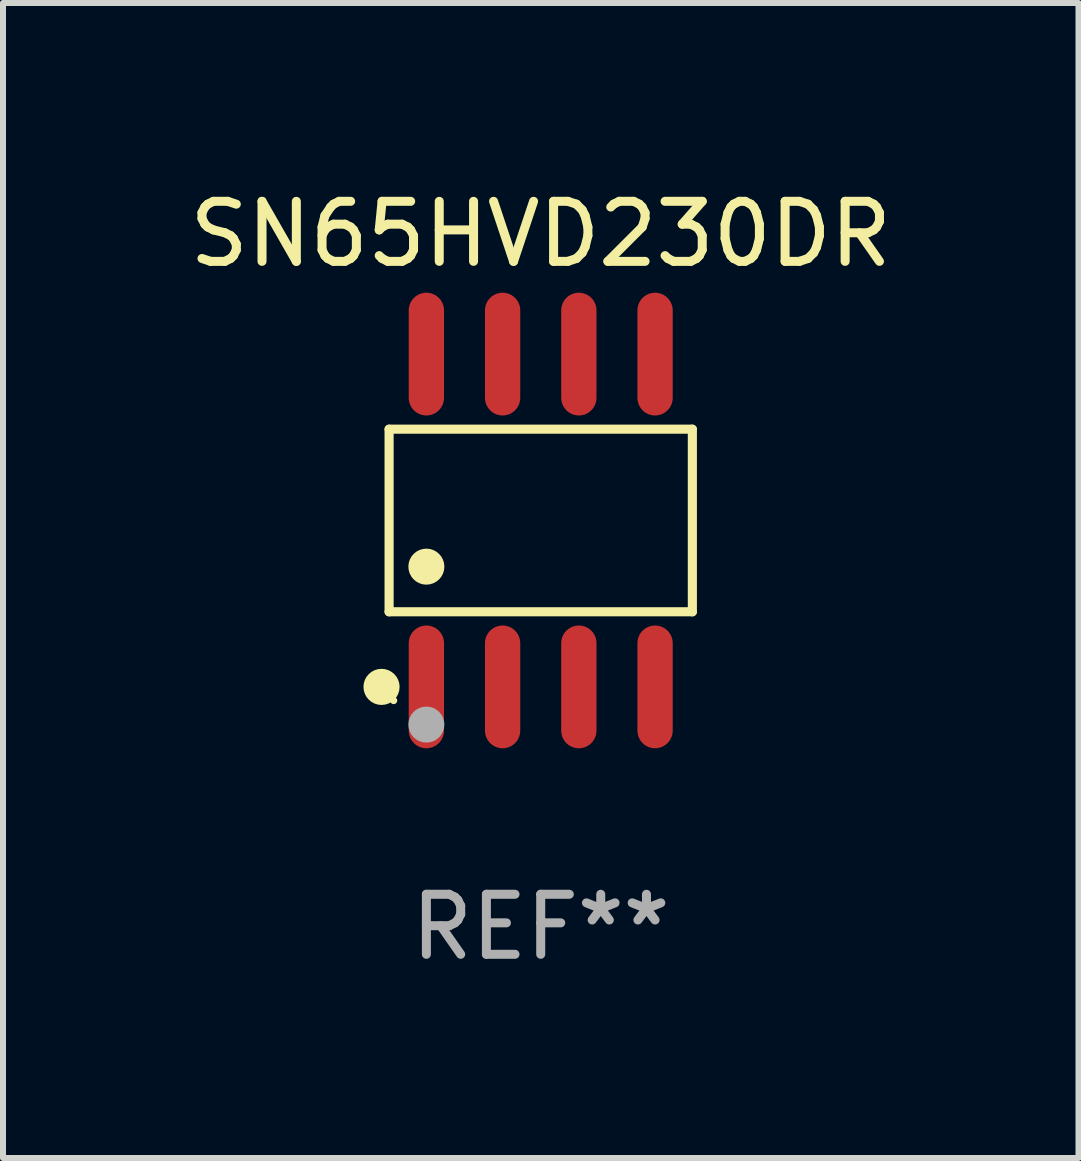
<source format=kicad_pcb>
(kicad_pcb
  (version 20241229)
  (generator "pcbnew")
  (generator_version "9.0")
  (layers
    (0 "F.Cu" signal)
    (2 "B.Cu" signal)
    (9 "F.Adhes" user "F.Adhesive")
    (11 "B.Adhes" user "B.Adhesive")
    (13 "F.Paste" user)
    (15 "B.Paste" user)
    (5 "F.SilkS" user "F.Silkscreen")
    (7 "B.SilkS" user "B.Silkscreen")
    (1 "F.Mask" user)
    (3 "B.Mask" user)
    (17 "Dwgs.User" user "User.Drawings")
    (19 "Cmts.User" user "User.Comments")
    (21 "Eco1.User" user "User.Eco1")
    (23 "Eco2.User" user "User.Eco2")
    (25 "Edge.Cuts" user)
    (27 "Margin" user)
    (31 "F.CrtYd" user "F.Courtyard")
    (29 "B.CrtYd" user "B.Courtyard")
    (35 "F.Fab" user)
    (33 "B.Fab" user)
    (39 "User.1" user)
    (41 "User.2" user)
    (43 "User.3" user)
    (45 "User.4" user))
  (footprint "SN65HVD230DR"
    (layer "F.Cu")
    (at 5.958 5.621)
    (property "Reference" "SN65HVD230DR" (at 0 -4.772 0) (layer "F.SilkS") (effects (font (size 1 1) (thickness 0.15))))
    (attr through_hole)
    (fp_line (start -2.526 -1.521) (end 2.526 -1.521) (stroke (width 0.152) (type solid)) (layer "F.SilkS"))
    (fp_line (start -2.526 1.521) (end -2.526 -1.521) (stroke (width 0.152) (type solid)) (layer "F.SilkS"))
    (fp_line (start 2.526 -1.521) (end 2.526 1.521) (stroke (width 0.152) (type solid)) (layer "F.SilkS"))
    (fp_line (start 2.526 1.521) (end -2.526 1.521) (stroke (width 0.152) (type solid)) (layer "F.SilkS"))
    (fp_circle (center -2.652 2.772) (end -2.501 2.772) (stroke (width 0.3) (type solid)) (fill no) (layer "F.SilkS"))
    (fp_circle (center -2.45 3) (end -2.42 3) (stroke (width 0.06) (type solid)) (fill no) (layer "F.SilkS"))
    (fp_circle (center -1.905 0.769) (end -1.755 0.769) (stroke (width 0.3) (type solid)) (fill no) (layer "F.SilkS"))
    (fp_circle (center -1.905 3.4) (end -1.755 3.4) (stroke (width 0.3) (type solid)) (fill no) (layer "F.Fab"))
    (fp_text user "REF**" (at 0 6.772 0) (layer "F.Fab") (effects (font (size 1 1) (thickness 0.15))))
    (pad "1" smd oval (at -1.905 2.772) (size 0.588 2.045) (layers "F.Cu" "F.Mask" "F.Paste"))
    (pad "2" smd oval (at -0.635 2.772) (size 0.588 2.045) (layers "F.Cu" "F.Mask" "F.Paste"))
    (pad "3" smd oval (at 0.635 2.772) (size 0.588 2.045) (layers "F.Cu" "F.Mask" "F.Paste"))
    (pad "4" smd oval (at 1.905 2.772) (size 0.588 2.045) (layers "F.Cu" "F.Mask" "F.Paste"))
    (pad "5" smd oval (at 1.905 -2.772) (size 0.588 2.045) (layers "F.Cu" "F.Mask" "F.Paste"))
    (pad "6" smd oval (at 0.635 -2.772) (size 0.588 2.045) (layers "F.Cu" "F.Mask" "F.Paste"))
    (pad "7" smd oval (at -0.635 -2.772) (size 0.588 2.045) (layers "F.Cu" "F.Mask" "F.Paste"))
    (pad "8" smd oval (at -1.905 -2.772) (size 0.588 2.045) (layers "F.Cu" "F.Mask" "F.Paste")))
  (gr_rect
    (start -3 -3)
    (end 14.917 16.241)
    (stroke (width 0.1) (type default))
    (fill no)
    (layer "Edge.Cuts")))
</source>
